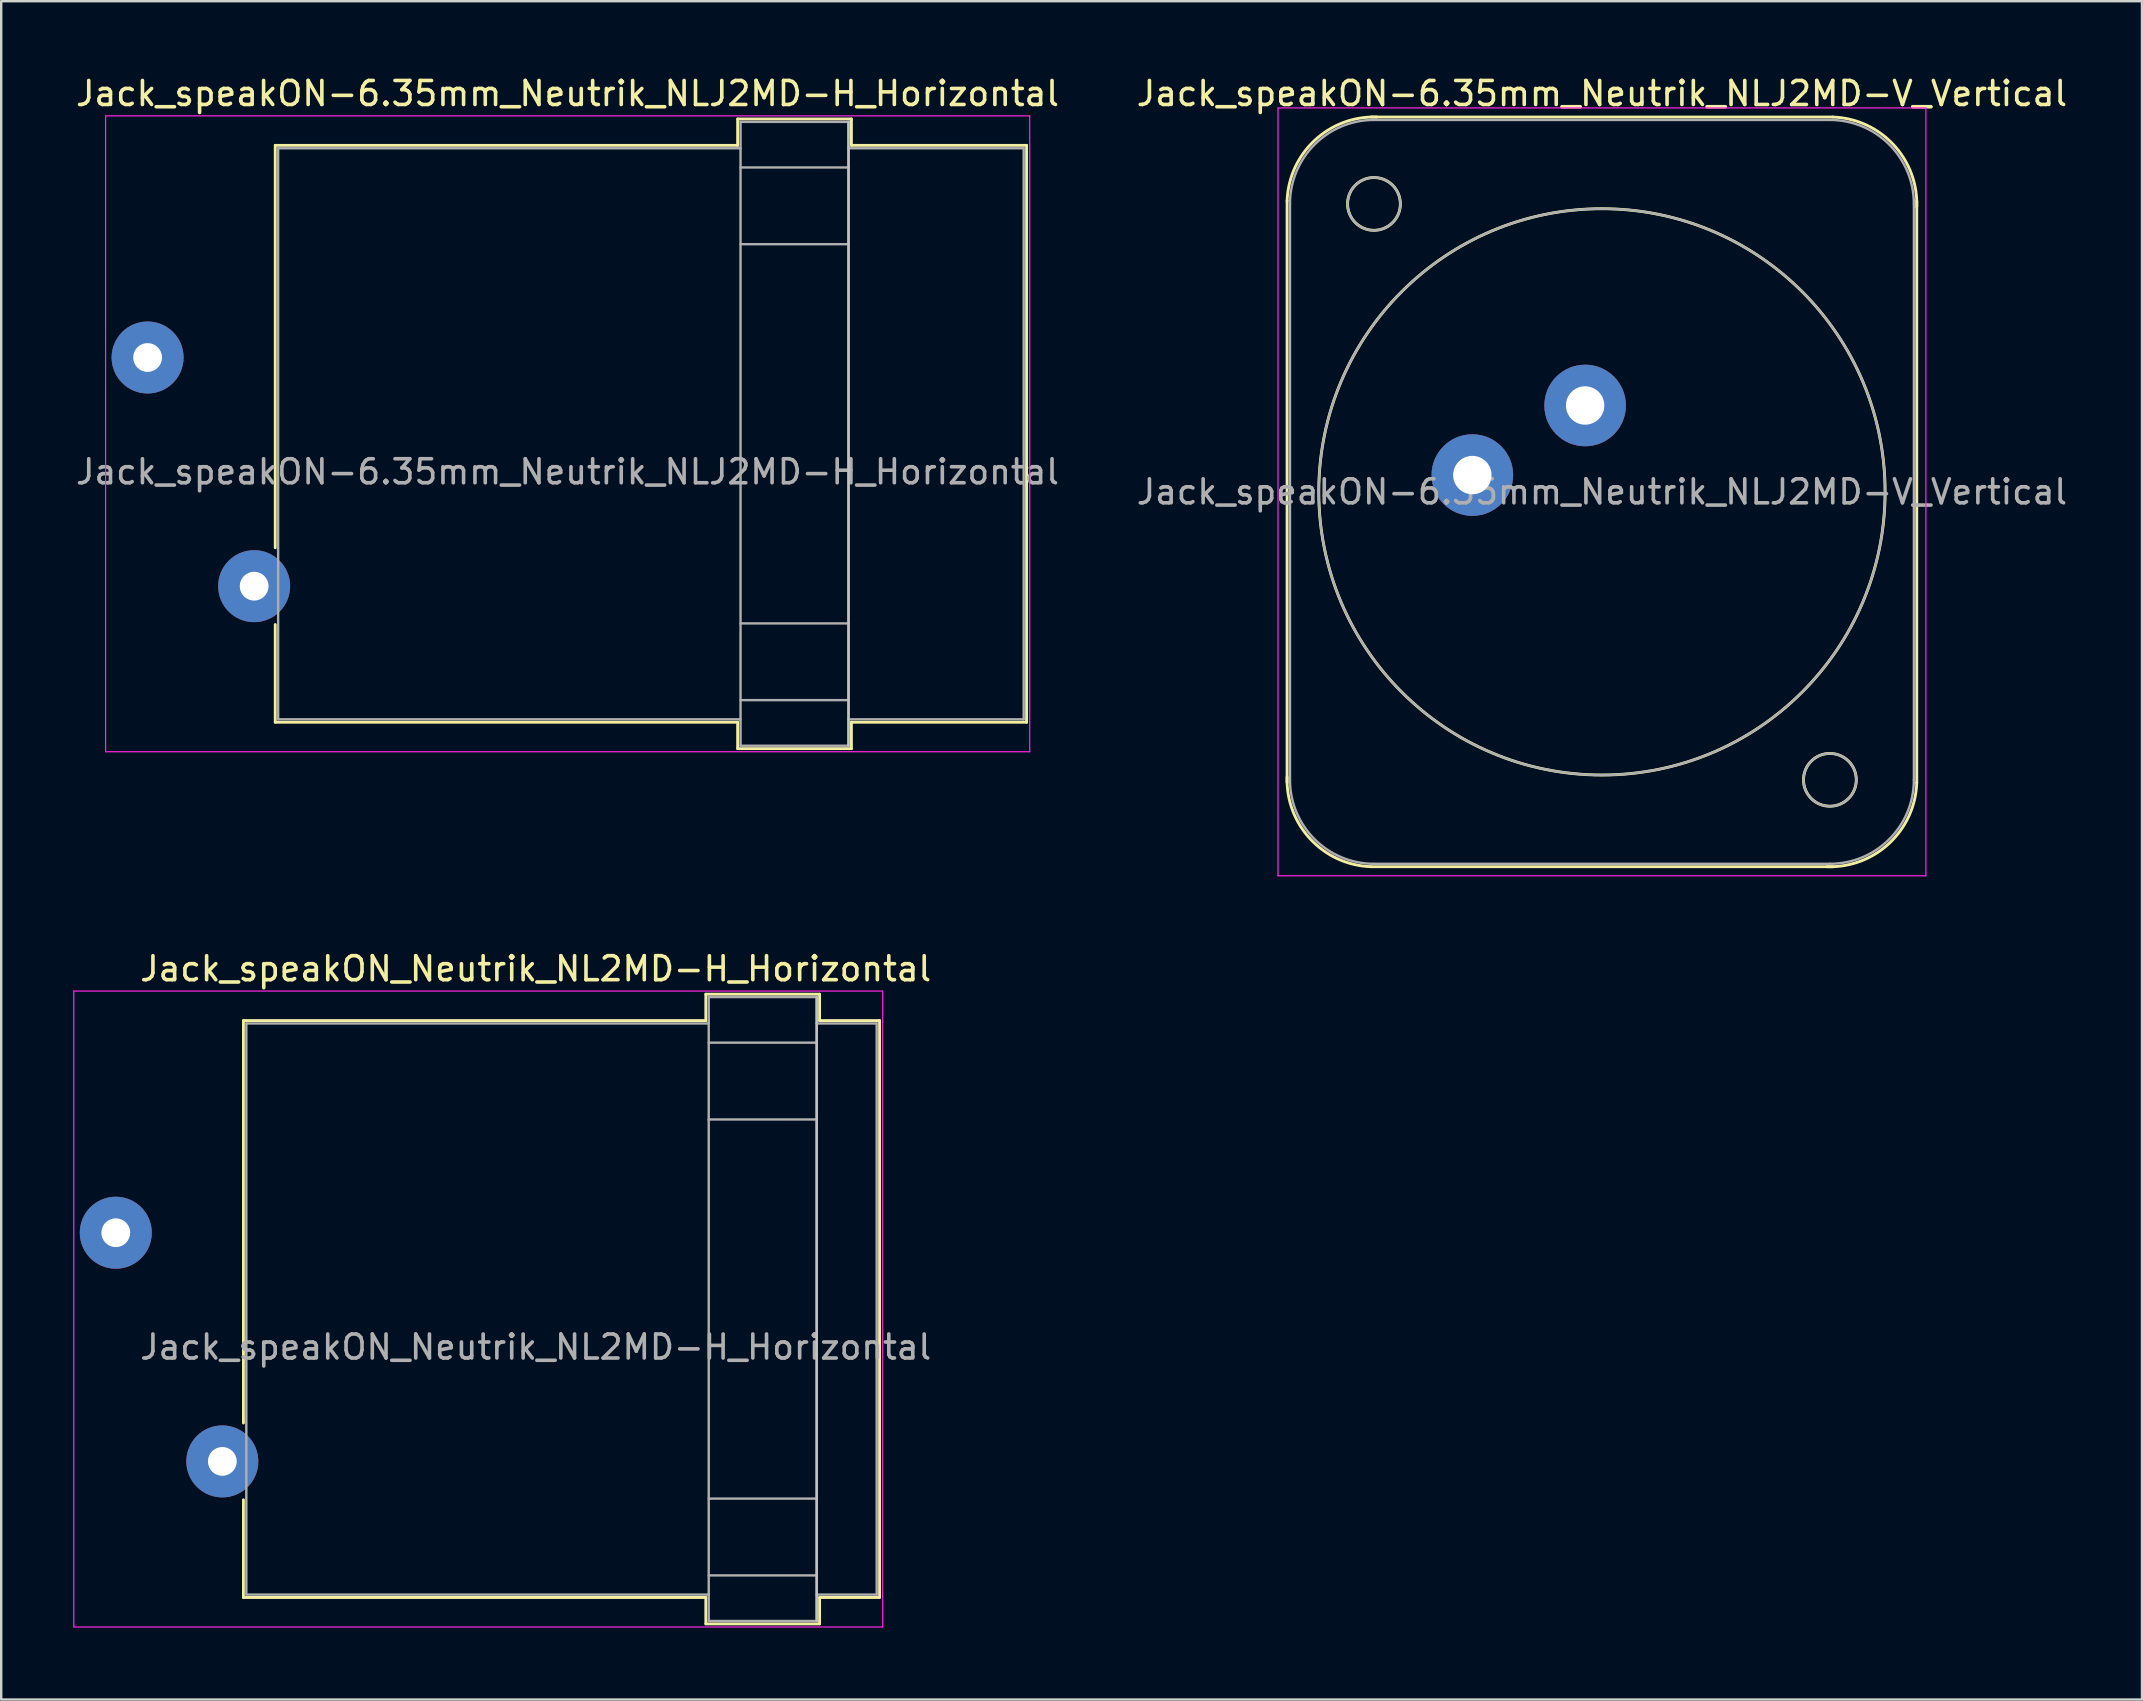
<source format=kicad_pcb>
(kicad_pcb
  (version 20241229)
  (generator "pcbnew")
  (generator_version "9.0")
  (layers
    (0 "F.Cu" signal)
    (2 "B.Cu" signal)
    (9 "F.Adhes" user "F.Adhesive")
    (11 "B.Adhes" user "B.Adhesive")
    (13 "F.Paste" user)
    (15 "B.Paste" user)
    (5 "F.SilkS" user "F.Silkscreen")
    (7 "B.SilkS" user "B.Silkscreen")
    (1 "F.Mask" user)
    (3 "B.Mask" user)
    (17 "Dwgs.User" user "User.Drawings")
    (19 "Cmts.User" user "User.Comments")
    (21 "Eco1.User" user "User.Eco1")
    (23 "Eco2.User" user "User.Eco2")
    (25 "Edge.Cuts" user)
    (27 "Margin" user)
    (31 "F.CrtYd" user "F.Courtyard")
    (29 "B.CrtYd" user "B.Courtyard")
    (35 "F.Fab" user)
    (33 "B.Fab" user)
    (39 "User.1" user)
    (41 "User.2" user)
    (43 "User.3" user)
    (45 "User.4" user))
  (footprint "Jack_speakON-6.35mm_Neutrik_NLJ2MD-H_Horizontal"
    (layer "F.Cu")
    (at 3.101 11.848)
    (property "Reference" "Jack_speakON-6.35mm_Neutrik_NLJ2MD-H_Horizontal" (at 17.5 -11 0) (layer "F.SilkS") (effects (font (size 1 1) (thickness 0.15))))
    (attr through_hole)
    (fp_line (start 5.32 -8.84) (end 24.59 -8.84) (stroke (width 0.12) (type solid)) (layer "F.SilkS"))
    (fp_line (start 5.32 7.93) (end 5.32 -8.84) (stroke (width 0.12) (type solid)) (layer "F.SilkS"))
    (fp_line (start 5.32 15.2) (end 5.32 11.13) (stroke (width 0.12) (type solid)) (layer "F.SilkS"))
    (fp_line (start 5.32 15.2) (end 24.6 15.2) (stroke (width 0.12) (type solid)) (layer "F.SilkS"))
    (fp_line (start 24.59 -9.94) (end 24.59 -8.84) (stroke (width 0.12) (type solid)) (layer "F.SilkS"))
    (fp_line (start 24.59 -9.94) (end 29.33 -9.94) (stroke (width 0.12) (type solid)) (layer "F.SilkS"))
    (fp_line (start 24.59 16.3) (end 24.59 15.2) (stroke (width 0.12) (type solid)) (layer "F.SilkS"))
    (fp_line (start 24.59 16.3) (end 29.33 16.3) (stroke (width 0.12) (type solid)) (layer "F.SilkS"))
    (fp_line (start 29.33 -9.94) (end 29.33 -8.84) (stroke (width 0.12) (type solid)) (layer "F.SilkS"))
    (fp_line (start 29.33 16.3) (end 29.33 15.2) (stroke (width 0.12) (type solid)) (layer "F.SilkS"))
    (fp_line (start 36.63 -8.84) (end 29.33 -8.84) (stroke (width 0.12) (type solid)) (layer "F.SilkS"))
    (fp_line (start 36.63 15.2) (end 29.33 15.2) (stroke (width 0.12) (type solid)) (layer "F.SilkS"))
    (fp_line (start 36.63 15.2) (end 36.63 -8.84) (stroke (width 0.12) (type solid)) (layer "F.SilkS"))
    (fp_line (start 29.21 16.18) (end 29.21 -9.82) (stroke (width 0.1) (type solid)) (layer "Dwgs.User"))
    (fp_line (start -1.75 16.43) (end -1.75 -10.07) (stroke (width 0.05) (type solid)) (layer "F.CrtYd"))
    (fp_line (start -1.75 16.43) (end 36.76 16.43) (stroke (width 0.05) (type solid)) (layer "F.CrtYd"))
    (fp_line (start 36.76 -10.07) (end -1.75 -10.07) (stroke (width 0.05) (type solid)) (layer "F.CrtYd"))
    (fp_line (start 36.76 -10.07) (end 36.76 16.43) (stroke (width 0.05) (type solid)) (layer "F.CrtYd"))
    (fp_line (start 5.44 -8.72) (end 24.71 -8.72) (stroke (width 0.1) (type solid)) (layer "F.Fab"))
    (fp_line (start 5.44 15.08) (end 5.44 -8.72) (stroke (width 0.1) (type solid)) (layer "F.Fab"))
    (fp_line (start 5.44 15.08) (end 24.71 15.08) (stroke (width 0.1) (type solid)) (layer "F.Fab"))
    (fp_line (start 24.71 -9.82) (end 29.21 -9.82) (stroke (width 0.1) (type solid)) (layer "F.Fab"))
    (fp_line (start 24.71 -7.92) (end 29.21 -7.92) (stroke (width 0.1) (type solid)) (layer "F.Fab"))
    (fp_line (start 24.71 -4.72) (end 29.21 -4.72) (stroke (width 0.1) (type solid)) (layer "F.Fab"))
    (fp_line (start 24.71 11.08) (end 29.21 11.08) (stroke (width 0.1) (type solid)) (layer "F.Fab"))
    (fp_line (start 24.71 14.28) (end 29.21 14.28) (stroke (width 0.1) (type solid)) (layer "F.Fab"))
    (fp_line (start 24.71 16.18) (end 24.71 -9.82) (stroke (width 0.1) (type solid)) (layer "F.Fab"))
    (fp_line (start 24.71 16.18) (end 29.21 16.18) (stroke (width 0.1) (type solid)) (layer "F.Fab"))
    (fp_line (start 29.21 16.18) (end 29.21 -9.82) (stroke (width 0.1) (type solid)) (layer "F.Fab"))
    (fp_line (start 36.51 -8.72) (end 29.21 -8.72) (stroke (width 0.1) (type solid)) (layer "F.Fab"))
    (fp_line (start 36.51 15.08) (end 29.21 15.08) (stroke (width 0.1) (type solid)) (layer "F.Fab"))
    (fp_line (start 36.51 15.08) (end 36.51 -8.72) (stroke (width 0.1) (type solid)) (layer "F.Fab"))
    (fp_text user "${REFERENCE}" (at 17.5 4.765 0) (layer "F.Fab") (effects (font (size 1 1) (thickness 0.15))))
    (pad "1+" thru_hole circle (at 0 0) (size 3 3) (drill 1.2) (layers "*.Cu" "*.Mask"))
    (pad "1-" thru_hole circle (at 4.44 9.53) (size 3 3) (drill 1.2) (layers "*.Cu" "*.Mask")))
  (footprint "Jack_speakON-6.35mm_Neutrik_NLJ2MD-V_Vertical"
    (layer "F.Cu")
    (at 63.008 13.848)
    (property "Reference" "Jack_speakON-6.35mm_Neutrik_NLJ2MD-V_Vertical" (at 0.7 -13 0) (layer "F.SilkS") (effects (font (size 1 1) (thickness 0.15))))
    (attr through_hole)
    (fp_line (start -12.42 15.72) (end -12.42 -8.52) (stroke (width 0.12) (type solid)) (layer "F.SilkS"))
    (fp_line (start -8.92 -12.02) (end 10.32 -12.02) (stroke (width 0.12) (type solid)) (layer "F.SilkS"))
    (fp_line (start -8.92 19.22) (end 10.32 19.22) (stroke (width 0.12) (type solid)) (layer "F.SilkS"))
    (fp_line (start 13.82 15.72) (end 13.82 -8.52) (stroke (width 0.12) (type solid)) (layer "F.SilkS"))
    (fp_arc (start -12.42 -8.52) (mid -11.274874 -11.044579) (end -8.68 -12.02) (stroke (width 0.12) (type solid)) (layer "F.SilkS"))
    (fp_arc (start -8.92 19.22) (mid -11.444579 18.074874) (end -12.42 15.48) (stroke (width 0.12) (type solid)) (layer "F.SilkS"))
    (fp_arc (start 10.32 -12.02) (mid 12.844579 -10.874874) (end 13.82 -8.28) (stroke (width 0.12) (type solid)) (layer "F.SilkS"))
    (fp_arc (start 13.82 15.72) (mid 12.674874 18.244579) (end 10.08 19.22) (stroke (width 0.12) (type solid)) (layer "F.SilkS"))
    (fp_circle (center -8.8 -8.4) (end -7.7 -8.4) (stroke (width 0.12) (type solid)) (fill no) (layer "F.SilkS"))
    (fp_circle (center 0.7 3.6) (end 12.5 3.6) (stroke (width 0.12) (type solid)) (fill no) (layer "F.SilkS"))
    (fp_circle (center 10.2 15.6) (end 11.3 15.6) (stroke (width 0.12) (type solid)) (fill no) (layer "F.SilkS"))
    (fp_line (start -12.8 -12.4) (end 14.2 -12.4) (stroke (width 0.05) (type solid)) (layer "F.CrtYd"))
    (fp_line (start -12.8 19.6) (end -12.8 -12.4) (stroke (width 0.05) (type solid)) (layer "F.CrtYd"))
    (fp_line (start -12.8 19.6) (end 14.2 19.6) (stroke (width 0.05) (type solid)) (layer "F.CrtYd"))
    (fp_line (start 14.2 19.6) (end 14.2 -12.4) (stroke (width 0.05) (type solid)) (layer "F.CrtYd"))
    (fp_line (start -12.3 15.6) (end -12.3 -8.4) (stroke (width 0.1) (type solid)) (layer "F.Fab"))
    (fp_line (start -8.8 -11.9) (end 10.2 -11.9) (stroke (width 0.1) (type solid)) (layer "F.Fab"))
    (fp_line (start -8.8 19.1) (end 10.2 19.1) (stroke (width 0.1) (type solid)) (layer "F.Fab"))
    (fp_line (start 13.7 15.6) (end 13.7 -8.4) (stroke (width 0.1) (type solid)) (layer "F.Fab"))
    (fp_arc (start -12.3 -8.4) (mid -11.274874 -10.874874) (end -8.8 -11.9) (stroke (width 0.1) (type solid)) (layer "F.Fab"))
    (fp_arc (start -8.8 19.1) (mid -11.274874 18.074874) (end -12.3 15.6) (stroke (width 0.1) (type solid)) (layer "F.Fab"))
    (fp_arc (start 10.2 -11.9) (mid 12.674874 -10.874874) (end 13.7 -8.4) (stroke (width 0.1) (type solid)) (layer "F.Fab"))
    (fp_arc (start 13.7 15.6) (mid 12.674874 18.074874) (end 10.2 19.1) (stroke (width 0.1) (type solid)) (layer "F.Fab"))
    (fp_circle (center -8.8 -8.4) (end -7.7 -8.4) (stroke (width 0.1) (type solid)) (fill no) (layer "F.Fab"))
    (fp_circle (center 0.7 3.6) (end 12.5 3.6) (stroke (width 0.1) (type solid)) (fill no) (layer "F.Fab"))
    (fp_circle (center 10.2 15.6) (end 9.1 15.6) (stroke (width 0.1) (type solid)) (fill no) (layer "F.Fab"))
    (fp_text user "${REFERENCE}" (at 0.7 3.6 0) (layer "F.Fab") (effects (font (size 1 1) (thickness 0.15))))
    (pad "1+" thru_hole circle (at 0 0) (size 3.4 3.4) (drill 1.6) (layers "*.Cu" "*.Mask"))
    (pad "1-" thru_hole circle (at -4.7 2.9) (size 3.4 3.4) (drill 1.6) (layers "*.Cu" "*.Mask")))
  (footprint "Jack_speakON_Neutrik_NL2MD-H_Horizontal"
    (layer "F.Cu")
    (at 1.775 48.322)
    (property "Reference" "Jack_speakON_Neutrik_NL2MD-H_Horizontal" (at 17.5 -11 0) (layer "F.SilkS") (effects (font (size 1 1) (thickness 0.15))))
    (attr through_hole)
    (fp_line (start 5.32 -8.84) (end 24.59 -8.84) (stroke (width 0.12) (type solid)) (layer "F.SilkS"))
    (fp_line (start 5.32 7.93) (end 5.32 -8.84) (stroke (width 0.12) (type solid)) (layer "F.SilkS"))
    (fp_line (start 5.32 15.2) (end 5.32 11.13) (stroke (width 0.12) (type solid)) (layer "F.SilkS"))
    (fp_line (start 5.32 15.2) (end 24.59 15.2) (stroke (width 0.12) (type solid)) (layer "F.SilkS"))
    (fp_line (start 24.59 -9.94) (end 24.59 -8.84) (stroke (width 0.12) (type solid)) (layer "F.SilkS"))
    (fp_line (start 24.59 -9.94) (end 29.33 -9.94) (stroke (width 0.12) (type solid)) (layer "F.SilkS"))
    (fp_line (start 24.59 16.3) (end 24.59 15.2) (stroke (width 0.12) (type solid)) (layer "F.SilkS"))
    (fp_line (start 24.59 16.3) (end 29.33 16.3) (stroke (width 0.12) (type solid)) (layer "F.SilkS"))
    (fp_line (start 29.33 -9.94) (end 29.33 -8.84) (stroke (width 0.12) (type solid)) (layer "F.SilkS"))
    (fp_line (start 29.33 16.3) (end 29.33 15.2) (stroke (width 0.12) (type solid)) (layer "F.SilkS"))
    (fp_line (start 31.83 -8.84) (end 29.33 -8.84) (stroke (width 0.12) (type solid)) (layer "F.SilkS"))
    (fp_line (start 31.83 15.2) (end 29.33 15.2) (stroke (width 0.12) (type solid)) (layer "F.SilkS"))
    (fp_line (start 31.83 15.2) (end 31.83 -8.84) (stroke (width 0.12) (type solid)) (layer "F.SilkS"))
    (fp_line (start 29.21 16.18) (end 29.21 -9.82) (stroke (width 0.1) (type solid)) (layer "Dwgs.User"))
    (fp_line (start -1.75 16.43) (end -1.75 -10.07) (stroke (width 0.05) (type solid)) (layer "F.CrtYd"))
    (fp_line (start -1.75 16.43) (end 31.96 16.43) (stroke (width 0.05) (type solid)) (layer "F.CrtYd"))
    (fp_line (start 31.96 -10.07) (end -1.75 -10.07) (stroke (width 0.05) (type solid)) (layer "F.CrtYd"))
    (fp_line (start 31.96 -10.07) (end 31.96 16.43) (stroke (width 0.05) (type solid)) (layer "F.CrtYd"))
    (fp_line (start 5.44 -8.72) (end 24.71 -8.72) (stroke (width 0.1) (type solid)) (layer "F.Fab"))
    (fp_line (start 5.44 15.08) (end 5.44 -8.72) (stroke (width 0.1) (type solid)) (layer "F.Fab"))
    (fp_line (start 5.44 15.08) (end 24.71 15.08) (stroke (width 0.1) (type solid)) (layer "F.Fab"))
    (fp_line (start 24.71 -9.82) (end 29.21 -9.82) (stroke (width 0.1) (type solid)) (layer "F.Fab"))
    (fp_line (start 24.71 -7.92) (end 29.21 -7.92) (stroke (width 0.1) (type solid)) (layer "F.Fab"))
    (fp_line (start 24.71 -4.72) (end 29.21 -4.72) (stroke (width 0.1) (type solid)) (layer "F.Fab"))
    (fp_line (start 24.71 11.08) (end 29.21 11.08) (stroke (width 0.1) (type solid)) (layer "F.Fab"))
    (fp_line (start 24.71 14.28) (end 29.21 14.28) (stroke (width 0.1) (type solid)) (layer "F.Fab"))
    (fp_line (start 24.71 16.18) (end 24.71 -9.82) (stroke (width 0.1) (type solid)) (layer "F.Fab"))
    (fp_line (start 24.71 16.18) (end 29.21 16.18) (stroke (width 0.1) (type solid)) (layer "F.Fab"))
    (fp_line (start 29.21 16.18) (end 29.21 -9.82) (stroke (width 0.1) (type solid)) (layer "F.Fab"))
    (fp_line (start 31.71 -8.72) (end 29.21 -8.72) (stroke (width 0.1) (type solid)) (layer "F.Fab"))
    (fp_line (start 31.71 15.08) (end 29.21 15.08) (stroke (width 0.1) (type solid)) (layer "F.Fab"))
    (fp_line (start 31.71 15.08) (end 31.71 -8.72) (stroke (width 0.1) (type solid)) (layer "F.Fab"))
    (fp_text user "${REFERENCE}" (at 17.5 4.765 0) (layer "F.Fab") (effects (font (size 1 1) (thickness 0.15))))
    (pad "1+" thru_hole circle (at 0 0) (size 3 3) (drill 1.2) (layers "*.Cu" "*.Mask"))
    (pad "1-" thru_hole circle (at 4.44 9.53) (size 3 3) (drill 1.2) (layers "*.Cu" "*.Mask")))
  (gr_rect
    (start -3 -3)
    (end 86.214 67.776)
    (stroke (width 0.1) (type default))
    (fill no)
    (layer "Edge.Cuts")))
</source>
